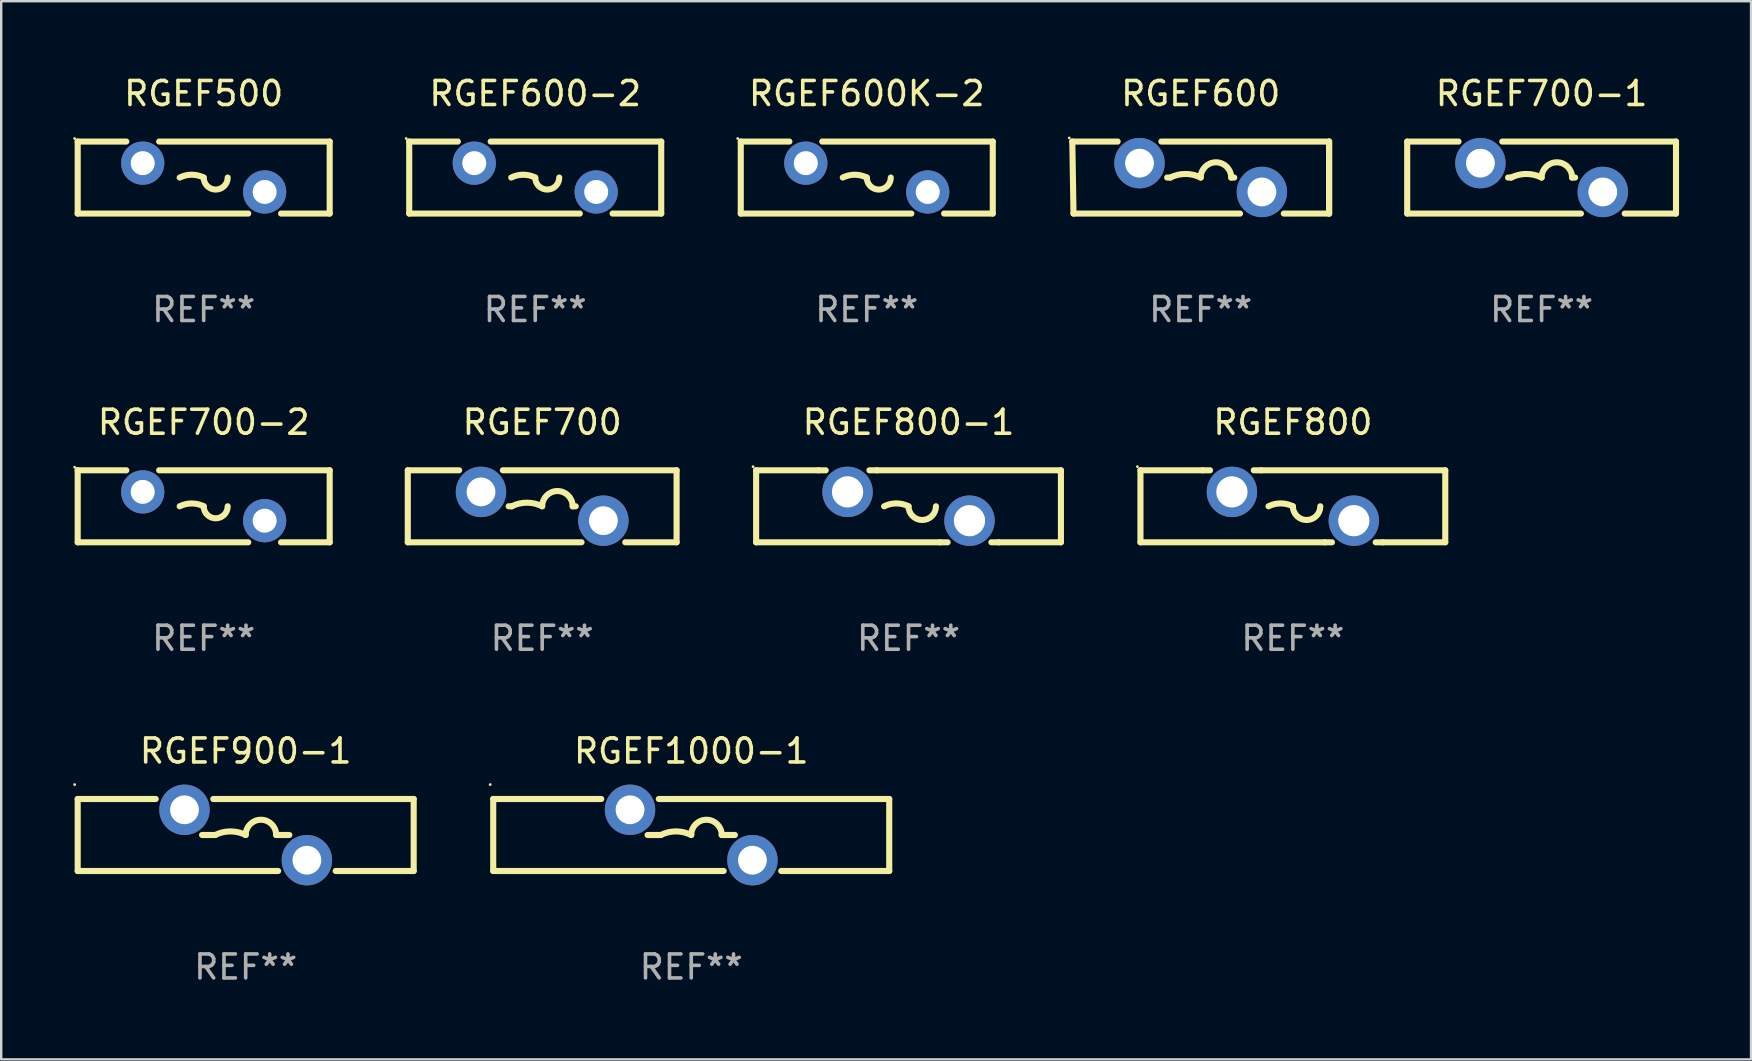
<source format=kicad_pcb>
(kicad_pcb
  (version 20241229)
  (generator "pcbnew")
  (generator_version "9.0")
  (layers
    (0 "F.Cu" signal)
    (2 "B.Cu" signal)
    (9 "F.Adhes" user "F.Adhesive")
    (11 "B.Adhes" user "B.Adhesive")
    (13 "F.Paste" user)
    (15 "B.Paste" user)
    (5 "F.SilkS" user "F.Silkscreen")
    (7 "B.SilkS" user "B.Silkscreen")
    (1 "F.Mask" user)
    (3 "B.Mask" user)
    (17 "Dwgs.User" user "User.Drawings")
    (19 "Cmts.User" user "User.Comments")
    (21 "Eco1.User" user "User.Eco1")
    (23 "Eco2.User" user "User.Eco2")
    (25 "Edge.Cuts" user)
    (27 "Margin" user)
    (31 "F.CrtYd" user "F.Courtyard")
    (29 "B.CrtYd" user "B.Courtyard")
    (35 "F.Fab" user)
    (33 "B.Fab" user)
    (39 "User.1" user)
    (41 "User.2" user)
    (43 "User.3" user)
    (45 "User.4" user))
  (footprint "RGEF700"
    (layer "F.Cu")
    (at 19.541 18.045)
    (property "Reference" "RGEF700" (at 0 -3.5 0) (layer "F.SilkS") (effects (font (size 1 1) (thickness 0.15))))
    (attr through_hole)
    (fp_line (start -5.6 -1.5) (end -5.6 1.5) (stroke (width 0.254) (type solid)) (layer "F.SilkS"))
    (fp_line (start -5.6 1.5) (end 1.639 1.5) (stroke (width 0.254) (type solid)) (layer "F.SilkS"))
    (fp_line (start -3.461 -1.5) (end -5.6 -1.5) (stroke (width 0.254) (type solid)) (layer "F.SilkS"))
    (fp_line (start -1.397 0) (end -1.27 0) (stroke (width 0.254) (type solid)) (layer "F.SilkS"))
    (fp_line (start 1.397 0) (end 1.27 0) (stroke (width 0.254) (type solid)) (layer "F.SilkS"))
    (fp_line (start 3.461 1.5) (end 5.6 1.5) (stroke (width 0.254) (type solid)) (layer "F.SilkS"))
    (fp_line (start 5.6 -1.5) (end -1.639 -1.5) (stroke (width 0.254) (type solid)) (layer "F.SilkS"))
    (fp_line (start 5.6 -1.5) (end 5.6 1.5) (stroke (width 0.254) (type solid)) (layer "F.SilkS"))
    (fp_arc (start -1.270003 0) (mid -0.635001 -0.149904) (end 0 0) (stroke (width 0.254001) (type solid)) (layer "F.SilkS"))
    (fp_arc (start -0.000001 0) (mid 0.635001 -0.635002) (end 1.270003 0) (stroke (width 0.254001) (type solid)) (layer "F.SilkS"))
    (fp_circle (center -5.6 -1.5) (end -5.57 -1.5) (stroke (width 0.06) (type solid)) (fill no) (layer "F.SilkS"))
    (fp_text user "REF**" (at 0 5.5 0) (layer "F.Fab") (effects (font (size 1 1) (thickness 0.15))))
    (pad "1" thru_hole circle (at -2.55 -0.6) (size 2.1 2.1) (drill 1.2) (layers "*.Cu" "*.Mask"))
    (pad "2" thru_hole circle (at 2.55 0.6) (size 2.1 2.1) (drill 1.2) (layers "*.Cu" "*.Mask")))
  (footprint "RGEF800"
    (layer "F.Cu")
    (at 50.819 18.045)
    (property "Reference" "RGEF800" (at 0 -3.5 0) (layer "F.SilkS") (effects (font (size 1 1) (thickness 0.15))))
    (attr through_hole)
    (fp_line (start -6.35 -1.5) (end -6.35 1.5) (stroke (width 0.254) (type solid)) (layer "F.SilkS"))
    (fp_line (start -6.35 -1.5) (end -3.757 -1.5) (stroke (width 0.254) (type solid)) (layer "F.SilkS"))
    (fp_line (start -6.35 1.5) (end 1.323 1.5) (stroke (width 0.254) (type solid)) (layer "F.SilkS"))
    (fp_line (start -3.757 -1.5) (end -3.451 -1.5) (stroke (width 0.254) (type solid)) (layer "F.SilkS"))
    (fp_line (start -1.629 -1.5) (end -1.323 -1.5) (stroke (width 0.254) (type solid)) (layer "F.SilkS"))
    (fp_line (start -1.323 -1.5) (end 6.35 -1.5) (stroke (width 0.254) (type solid)) (layer "F.SilkS"))
    (fp_line (start 1.323 1.5) (end 1.629 1.5) (stroke (width 0.254) (type solid)) (layer "F.SilkS"))
    (fp_line (start 3.451 1.5) (end 3.757 1.5) (stroke (width 0.254) (type solid)) (layer "F.SilkS"))
    (fp_line (start 3.757 1.5) (end 6.35 1.5) (stroke (width 0.254) (type solid)) (layer "F.SilkS"))
    (fp_line (start 6.35 -1.5) (end 6.35 1.5) (stroke (width 0.254) (type solid)) (layer "F.SilkS"))
    (fp_arc (start -1.016002 0) (mid -0.508001 -0.119923) (end 0 0) (stroke (width 0.254001) (type solid)) (layer "F.SilkS"))
    (fp_arc (start 1.143002 0) (mid 0.571501 0.571501) (end 0 0) (stroke (width 0.254001) (type solid)) (layer "F.SilkS"))
    (fp_circle (center -6.477 -1.65) (end -6.447 -1.65) (stroke (width 0.06) (type solid)) (fill no) (layer "F.SilkS"))
    (fp_text user "REF**" (at 0 5.5 0) (layer "F.Fab") (effects (font (size 1 1) (thickness 0.15))))
    (pad "1" thru_hole circle (at -2.54 -0.6) (size 2.1 2.1) (drill 1.3) (layers "*.Cu" "*.Mask"))
    (pad "2" thru_hole circle (at 2.54 0.6) (size 2.1 2.1) (drill 1.3) (layers "*.Cu" "*.Mask")))
  (footprint "RGEF700-1"
    (layer "F.Cu")
    (at 61.183 4.348)
    (property "Reference" "RGEF700-1" (at 0 -3.5 0) (layer "F.SilkS") (effects (font (size 1 1) (thickness 0.15))))
    (attr through_hole)
    (fp_line (start -5.6 -1.5) (end -5.6 1.5) (stroke (width 0.254) (type solid)) (layer "F.SilkS"))
    (fp_line (start -5.6 1.5) (end 1.639 1.5) (stroke (width 0.254) (type solid)) (layer "F.SilkS"))
    (fp_line (start -3.461 -1.5) (end -5.6 -1.5) (stroke (width 0.254) (type solid)) (layer "F.SilkS"))
    (fp_line (start -1.397 0) (end -1.27 0) (stroke (width 0.254) (type solid)) (layer "F.SilkS"))
    (fp_line (start 1.397 0) (end 1.27 0) (stroke (width 0.254) (type solid)) (layer "F.SilkS"))
    (fp_line (start 3.461 1.5) (end 5.6 1.5) (stroke (width 0.254) (type solid)) (layer "F.SilkS"))
    (fp_line (start 5.6 -1.5) (end -1.639 -1.5) (stroke (width 0.254) (type solid)) (layer "F.SilkS"))
    (fp_line (start 5.6 -1.5) (end 5.6 1.5) (stroke (width 0.254) (type solid)) (layer "F.SilkS"))
    (fp_arc (start -1.270003 0) (mid -0.635001 -0.149904) (end 0 0) (stroke (width 0.254001) (type solid)) (layer "F.SilkS"))
    (fp_arc (start -0.000001 0) (mid 0.635001 -0.635002) (end 1.270003 0) (stroke (width 0.254001) (type solid)) (layer "F.SilkS"))
    (fp_circle (center -5.6 -1.5) (end -5.57 -1.5) (stroke (width 0.06) (type solid)) (fill no) (layer "F.SilkS"))
    (fp_text user "REF**" (at 0 5.5 0) (layer "F.Fab") (effects (font (size 1 1) (thickness 0.15))))
    (pad "1" thru_hole circle (at -2.55 -0.6) (size 2.1 2.1) (drill 1.2) (layers "*.Cu" "*.Mask"))
    (pad "2" thru_hole circle (at 2.55 0.6) (size 2.1 2.1) (drill 1.2) (layers "*.Cu" "*.Mask")))
  (footprint "RGEF600"
    (layer "F.Cu")
    (at 46.979 4.348)
    (property "Reference" "RGEF600" (at 0 -3.5 0) (layer "F.SilkS") (effects (font (size 1 1) (thickness 0.15))))
    (attr through_hole)
    (fp_line (start -5.35 -1.5) (end -5.3 1.5) (stroke (width 0.254) (type solid)) (layer "F.SilkS"))
    (fp_line (start -5.3 1.5) (end 1.639 1.5) (stroke (width 0.254) (type solid)) (layer "F.SilkS"))
    (fp_line (start -3.461 -1.5) (end -5.35 -1.5) (stroke (width 0.254) (type solid)) (layer "F.SilkS"))
    (fp_line (start -1.397 0) (end -1.27 0) (stroke (width 0.254) (type solid)) (layer "F.SilkS"))
    (fp_line (start 1.397 0) (end 1.27 0) (stroke (width 0.254) (type solid)) (layer "F.SilkS"))
    (fp_line (start 3.461 1.5) (end 5.35 1.5) (stroke (width 0.254) (type solid)) (layer "F.SilkS"))
    (fp_line (start 5.35 -1.5) (end -1.639 -1.5) (stroke (width 0.254) (type solid)) (layer "F.SilkS"))
    (fp_line (start 5.35 -1.5) (end 5.35 1.5) (stroke (width 0.254) (type solid)) (layer "F.SilkS"))
    (fp_line (start 5.35 1.5) (end 5.35 -1.5) (stroke (width 0.254) (type solid)) (layer "F.SilkS"))
    (fp_arc (start -1.270003 0) (mid -0.635001 -0.149904) (end 0 0) (stroke (width 0.254001) (type solid)) (layer "F.SilkS"))
    (fp_arc (start -0.000001 0) (mid 0.635001 -0.635002) (end 1.270003 0) (stroke (width 0.254001) (type solid)) (layer "F.SilkS"))
    (fp_circle (center -5.477 -1.65) (end -5.447 -1.65) (stroke (width 0.06) (type solid)) (fill no) (layer "F.SilkS"))
    (fp_text user "REF**" (at 0 5.5 0) (layer "F.Fab") (effects (font (size 1 1) (thickness 0.15))))
    (pad "1" thru_hole circle (at -2.55 -0.6) (size 2.1 2.1) (drill 1.2) (layers "*.Cu" "*.Mask"))
    (pad "2" thru_hole circle (at 2.55 0.6) (size 2.1 2.1) (drill 1.2) (layers "*.Cu" "*.Mask")))
  (footprint "RGEF800-1"
    (layer "F.Cu")
    (at 34.805 18.045)
    (property "Reference" "RGEF800-1" (at 0 -3.5 0) (layer "F.SilkS") (effects (font (size 1 1) (thickness 0.15))))
    (attr through_hole)
    (fp_line (start -6.35 -1.5) (end -6.35 1.5) (stroke (width 0.254) (type solid)) (layer "F.SilkS"))
    (fp_line (start -6.35 -1.5) (end -3.757 -1.5) (stroke (width 0.254) (type solid)) (layer "F.SilkS"))
    (fp_line (start -6.35 1.5) (end 1.323 1.5) (stroke (width 0.254) (type solid)) (layer "F.SilkS"))
    (fp_line (start -3.757 -1.5) (end -3.451 -1.5) (stroke (width 0.254) (type solid)) (layer "F.SilkS"))
    (fp_line (start -1.629 -1.5) (end -1.323 -1.5) (stroke (width 0.254) (type solid)) (layer "F.SilkS"))
    (fp_line (start -1.323 -1.5) (end 6.35 -1.5) (stroke (width 0.254) (type solid)) (layer "F.SilkS"))
    (fp_line (start 1.323 1.5) (end 1.629 1.5) (stroke (width 0.254) (type solid)) (layer "F.SilkS"))
    (fp_line (start 3.451 1.5) (end 3.757 1.5) (stroke (width 0.254) (type solid)) (layer "F.SilkS"))
    (fp_line (start 3.757 1.5) (end 6.35 1.5) (stroke (width 0.254) (type solid)) (layer "F.SilkS"))
    (fp_line (start 6.35 -1.5) (end 6.35 1.5) (stroke (width 0.254) (type solid)) (layer "F.SilkS"))
    (fp_arc (start -1.016002 0) (mid -0.508001 -0.119923) (end 0 0) (stroke (width 0.254001) (type solid)) (layer "F.SilkS"))
    (fp_arc (start 1.143002 0) (mid 0.571501 0.571501) (end 0 0) (stroke (width 0.254001) (type solid)) (layer "F.SilkS"))
    (fp_circle (center -6.477 -1.65) (end -6.447 -1.65) (stroke (width 0.06) (type solid)) (fill no) (layer "F.SilkS"))
    (fp_text user "REF**" (at 0 5.5 0) (layer "F.Fab") (effects (font (size 1 1) (thickness 0.15))))
    (pad "1" thru_hole circle (at -2.54 -0.6) (size 2.1 2.1) (drill 1.3) (layers "*.Cu" "*.Mask"))
    (pad "2" thru_hole circle (at 2.54 0.6) (size 2.1 2.1) (drill 1.3) (layers "*.Cu" "*.Mask")))
  (footprint "RGEF1000-1"
    (layer "F.Cu")
    (at 25.751 31.741)
    (property "Reference" "RGEF1000-1" (at 0 -3.5 0) (layer "F.SilkS") (effects (font (size 1 1) (thickness 0.15))))
    (attr through_hole)
    (fp_line (start -8.25 -1.5) (end -8.25 1.5) (stroke (width 0.254) (type solid)) (layer "F.SilkS"))
    (fp_line (start -8.25 -1.5) (end -3.749 -1.5) (stroke (width 0.254) (type solid)) (layer "F.SilkS"))
    (fp_line (start -8.25 1.5) (end 1.351 1.5) (stroke (width 0.254) (type solid)) (layer "F.SilkS"))
    (fp_line (start -1.818 0.000013) (end -1.27 0.000013) (stroke (width 0.254) (type solid)) (layer "F.SilkS"))
    (fp_line (start -1.351 -1.5) (end 8.25 -1.5) (stroke (width 0.254) (type solid)) (layer "F.SilkS"))
    (fp_line (start 1.818 0.000013) (end 1.27 0.000013) (stroke (width 0.254) (type solid)) (layer "F.SilkS"))
    (fp_line (start 3.749 1.5) (end 8.25 1.5) (stroke (width 0.254) (type solid)) (layer "F.SilkS"))
    (fp_line (start 8.25 -1.5) (end 8.25 1.5) (stroke (width 0.254) (type solid)) (layer "F.SilkS"))
    (fp_arc (start -1.270015 0.000013) (mid -0.635014 -0.14989) (end -0.000013 0.000013) (stroke (width 0.254001) (type solid)) (layer "F.SilkS"))
    (fp_arc (start -0.000012 0.000013) (mid 0.634989 -0.634988) (end 1.26999 0.000013) (stroke (width 0.254001) (type solid)) (layer "F.SilkS"))
    (fp_circle (center -8.377 -2.1) (end -8.347 -2.1) (stroke (width 0.06) (type solid)) (fill no) (layer "F.SilkS"))
    (fp_text user "REF**" (at 0 5.5 0) (layer "F.Fab") (effects (font (size 1 1) (thickness 0.15))))
    (pad "1" thru_hole circle (at -2.55 -1.05) (size 2.1 2.1) (drill 1.2) (layers "*.Cu" "*.Mask"))
    (pad "2" thru_hole circle (at 2.55 1.05) (size 2.1 2.1) (drill 1.2) (layers "*.Cu" "*.Mask")))
  (footprint "RGEF600K-2"
    (layer "F.Cu")
    (at 33.065 4.348)
    (property "Reference" "RGEF600K-2" (at 0 -3.5 0) (layer "F.SilkS") (effects (font (size 1 1) (thickness 0.15))))
    (attr through_hole)
    (fp_line (start -5.25 -1.5) (end -3.224 -1.5) (stroke (width 0.254) (type solid)) (layer "F.SilkS"))
    (fp_line (start -5.25 1.5) (end -5.25 -1.5) (stroke (width 0.254) (type solid)) (layer "F.SilkS"))
    (fp_line (start -1.856 -1.5) (end 5.25 -1.5) (stroke (width 0.254) (type solid)) (layer "F.SilkS"))
    (fp_line (start 1.857 1.5) (end -5.25 1.5) (stroke (width 0.254) (type solid)) (layer "F.SilkS"))
    (fp_line (start 5.25 -1.5) (end 5.25 1.5) (stroke (width 0.254) (type solid)) (layer "F.SilkS"))
    (fp_line (start 5.25 1.5) (end 3.223 1.5) (stroke (width 0.254) (type solid)) (layer "F.SilkS"))
    (fp_arc (start -1 -0.000127) (mid -0.5 -0.118148) (end 0 -0.000127) (stroke (width 0.254001) (type solid)) (layer "F.SilkS"))
    (fp_arc (start 1.000762 -0.000127) (mid 0.500381 0.5) (end 0 -0.000127) (stroke (width 0.254001) (type solid)) (layer "F.SilkS"))
    (fp_circle (center -5.377 -1.627) (end -5.347 -1.627) (stroke (width 0.06) (type solid)) (fill no) (layer "F.SilkS"))
    (fp_text user "REF**" (at 0 5.5 0) (layer "F.Fab") (effects (font (size 1 1) (thickness 0.15))))
    (pad "1" thru_hole circle (at -2.54 -0.6) (size 1.8 1.8) (drill 1) (layers "*.Cu" "*.Mask"))
    (pad "2" thru_hole circle (at 2.54 0.6) (size 1.8 1.8) (drill 1) (layers "*.Cu" "*.Mask")))
  (footprint "RGEF900-1"
    (layer "F.Cu")
    (at 7.187 31.741)
    (property "Reference" "RGEF900-1" (at 0 -3.5 0) (layer "F.SilkS") (effects (font (size 1 1) (thickness 0.15))))
    (attr through_hole)
    (fp_line (start -7 -1.5) (end -7 1.5) (stroke (width 0.254) (type solid)) (layer "F.SilkS"))
    (fp_line (start -7 -1.5) (end -3.749 -1.5) (stroke (width 0.254) (type solid)) (layer "F.SilkS"))
    (fp_line (start -7 1.5) (end 1.351 1.5) (stroke (width 0.254) (type solid)) (layer "F.SilkS"))
    (fp_line (start -1.818 0.000013) (end -1.27 0.000013) (stroke (width 0.254) (type solid)) (layer "F.SilkS"))
    (fp_line (start -1.351 -1.5) (end 7 -1.5) (stroke (width 0.254) (type solid)) (layer "F.SilkS"))
    (fp_line (start 1.818 0.000013) (end 1.27 0.000013) (stroke (width 0.254) (type solid)) (layer "F.SilkS"))
    (fp_line (start 3.749 1.5) (end 7 1.5) (stroke (width 0.254) (type solid)) (layer "F.SilkS"))
    (fp_line (start 7 -1.5) (end 7 1.5) (stroke (width 0.254) (type solid)) (layer "F.SilkS"))
    (fp_arc (start -1.270003 0.000013) (mid -0.635002 -0.149891) (end -0.000001 0.000012) (stroke (width 0.254001) (type solid)) (layer "F.SilkS"))
    (fp_arc (start -0.000001 0.000013) (mid 0.635001 -0.634989) (end 1.270003 0.000013) (stroke (width 0.254001) (type solid)) (layer "F.SilkS"))
    (fp_circle (center -7.127 -2.1) (end -7.097 -2.1) (stroke (width 0.06) (type solid)) (fill no) (layer "F.SilkS"))
    (fp_text user "REF**" (at 0 5.5 0) (layer "F.Fab") (effects (font (size 1 1) (thickness 0.15))))
    (pad "1" thru_hole circle (at -2.55 -1.05) (size 2.1 2.1) (drill 1.2) (layers "*.Cu" "*.Mask"))
    (pad "2" thru_hole circle (at 2.55 1.05) (size 2.1 2.1) (drill 1.2) (layers "*.Cu" "*.Mask")))
  (footprint "RGEF600-2"
    (layer "F.Cu")
    (at 19.251 4.348)
    (property "Reference" "RGEF600-2" (at 0 -3.5 0) (layer "F.SilkS") (effects (font (size 1 1) (thickness 0.15))))
    (attr through_hole)
    (fp_line (start -5.25 -1.5) (end -3.224 -1.5) (stroke (width 0.254) (type solid)) (layer "F.SilkS"))
    (fp_line (start -5.25 1.5) (end -5.25 -1.5) (stroke (width 0.254) (type solid)) (layer "F.SilkS"))
    (fp_line (start -1.856 -1.5) (end 5.25 -1.5) (stroke (width 0.254) (type solid)) (layer "F.SilkS"))
    (fp_line (start 1.857 1.5) (end -5.25 1.5) (stroke (width 0.254) (type solid)) (layer "F.SilkS"))
    (fp_line (start 5.25 -1.5) (end 5.25 1.5) (stroke (width 0.254) (type solid)) (layer "F.SilkS"))
    (fp_line (start 5.25 1.5) (end 3.223 1.5) (stroke (width 0.254) (type solid)) (layer "F.SilkS"))
    (fp_arc (start -1 -0.000127) (mid -0.5 -0.118148) (end 0 -0.000127) (stroke (width 0.254001) (type solid)) (layer "F.SilkS"))
    (fp_arc (start 1.000762 -0.000127) (mid 0.500381 0.5) (end 0 -0.000127) (stroke (width 0.254001) (type solid)) (layer "F.SilkS"))
    (fp_circle (center -5.377 -1.627) (end -5.347 -1.627) (stroke (width 0.06) (type solid)) (fill no) (layer "F.SilkS"))
    (fp_text user "REF**" (at 0 5.5 0) (layer "F.Fab") (effects (font (size 1 1) (thickness 0.15))))
    (pad "1" thru_hole circle (at -2.54 -0.6) (size 1.8 1.8) (drill 1) (layers "*.Cu" "*.Mask"))
    (pad "2" thru_hole circle (at 2.54 0.6) (size 1.8 1.8) (drill 1) (layers "*.Cu" "*.Mask")))
  (footprint "RGEF700-2"
    (layer "F.Cu")
    (at 5.437 18.045)
    (property "Reference" "RGEF700-2" (at 0 -3.5 0) (layer "F.SilkS") (effects (font (size 1 1) (thickness 0.15))))
    (attr through_hole)
    (fp_line (start -5.25 -1.5) (end -3.224 -1.5) (stroke (width 0.254) (type solid)) (layer "F.SilkS"))
    (fp_line (start -5.25 1.5) (end -5.25 -1.5) (stroke (width 0.254) (type solid)) (layer "F.SilkS"))
    (fp_line (start -1.856 -1.5) (end 5.25 -1.5) (stroke (width 0.254) (type solid)) (layer "F.SilkS"))
    (fp_line (start 1.857 1.5) (end -5.25 1.5) (stroke (width 0.254) (type solid)) (layer "F.SilkS"))
    (fp_line (start 5.25 -1.5) (end 5.25 1.5) (stroke (width 0.254) (type solid)) (layer "F.SilkS"))
    (fp_line (start 5.25 1.5) (end 3.223 1.5) (stroke (width 0.254) (type solid)) (layer "F.SilkS"))
    (fp_arc (start -1 -0.000127) (mid -0.5 -0.118148) (end 0 -0.000127) (stroke (width 0.254001) (type solid)) (layer "F.SilkS"))
    (fp_arc (start 1.000762 -0.000127) (mid 0.500381 0.5) (end 0 -0.000127) (stroke (width 0.254001) (type solid)) (layer "F.SilkS"))
    (fp_circle (center -5.377 -1.627) (end -5.347 -1.627) (stroke (width 0.06) (type solid)) (fill no) (layer "F.SilkS"))
    (fp_text user "REF**" (at 0 5.5 0) (layer "F.Fab") (effects (font (size 1 1) (thickness 0.15))))
    (pad "1" thru_hole circle (at -2.54 -0.6) (size 1.8 1.8) (drill 1) (layers "*.Cu" "*.Mask"))
    (pad "2" thru_hole circle (at 2.54 0.6) (size 1.8 1.8) (drill 1) (layers "*.Cu" "*.Mask")))
  (footprint "RGEF500"
    (layer "F.Cu")
    (at 5.437 4.348)
    (property "Reference" "RGEF500" (at 0 -3.5 0) (layer "F.SilkS") (effects (font (size 1 1) (thickness 0.15))))
    (attr through_hole)
    (fp_line (start -5.25 -1.5) (end -3.224 -1.5) (stroke (width 0.254) (type solid)) (layer "F.SilkS"))
    (fp_line (start -5.25 1.5) (end -5.25 -1.5) (stroke (width 0.254) (type solid)) (layer "F.SilkS"))
    (fp_line (start -1.856 -1.5) (end 5.25 -1.5) (stroke (width 0.254) (type solid)) (layer "F.SilkS"))
    (fp_line (start 1.857 1.5) (end -5.25 1.5) (stroke (width 0.254) (type solid)) (layer "F.SilkS"))
    (fp_line (start 5.25 -1.5) (end 5.25 1.5) (stroke (width 0.254) (type solid)) (layer "F.SilkS"))
    (fp_line (start 5.25 1.5) (end 3.223 1.5) (stroke (width 0.254) (type solid)) (layer "F.SilkS"))
    (fp_arc (start -1 -0.000127) (mid -0.5 -0.118148) (end 0 -0.000127) (stroke (width 0.254001) (type solid)) (layer "F.SilkS"))
    (fp_arc (start 1.000762 -0.000127) (mid 0.500381 0.5) (end 0 -0.000127) (stroke (width 0.254001) (type solid)) (layer "F.SilkS"))
    (fp_circle (center -5.377 -1.627) (end -5.347 -1.627) (stroke (width 0.06) (type solid)) (fill no) (layer "F.SilkS"))
    (fp_text user "REF**" (at 0 5.5 0) (layer "F.Fab") (effects (font (size 1 1) (thickness 0.15))))
    (pad "1" thru_hole circle (at -2.54 -0.6) (size 1.8 1.8) (drill 1) (layers "*.Cu" "*.Mask"))
    (pad "2" thru_hole circle (at 2.54 0.6) (size 1.8 1.8) (drill 1) (layers "*.Cu" "*.Mask")))
  (gr_rect
    (start -3 -3)
    (end 69.91 41.09)
    (stroke (width 0.1) (type default))
    (fill no)
    (layer "Edge.Cuts")))
</source>
